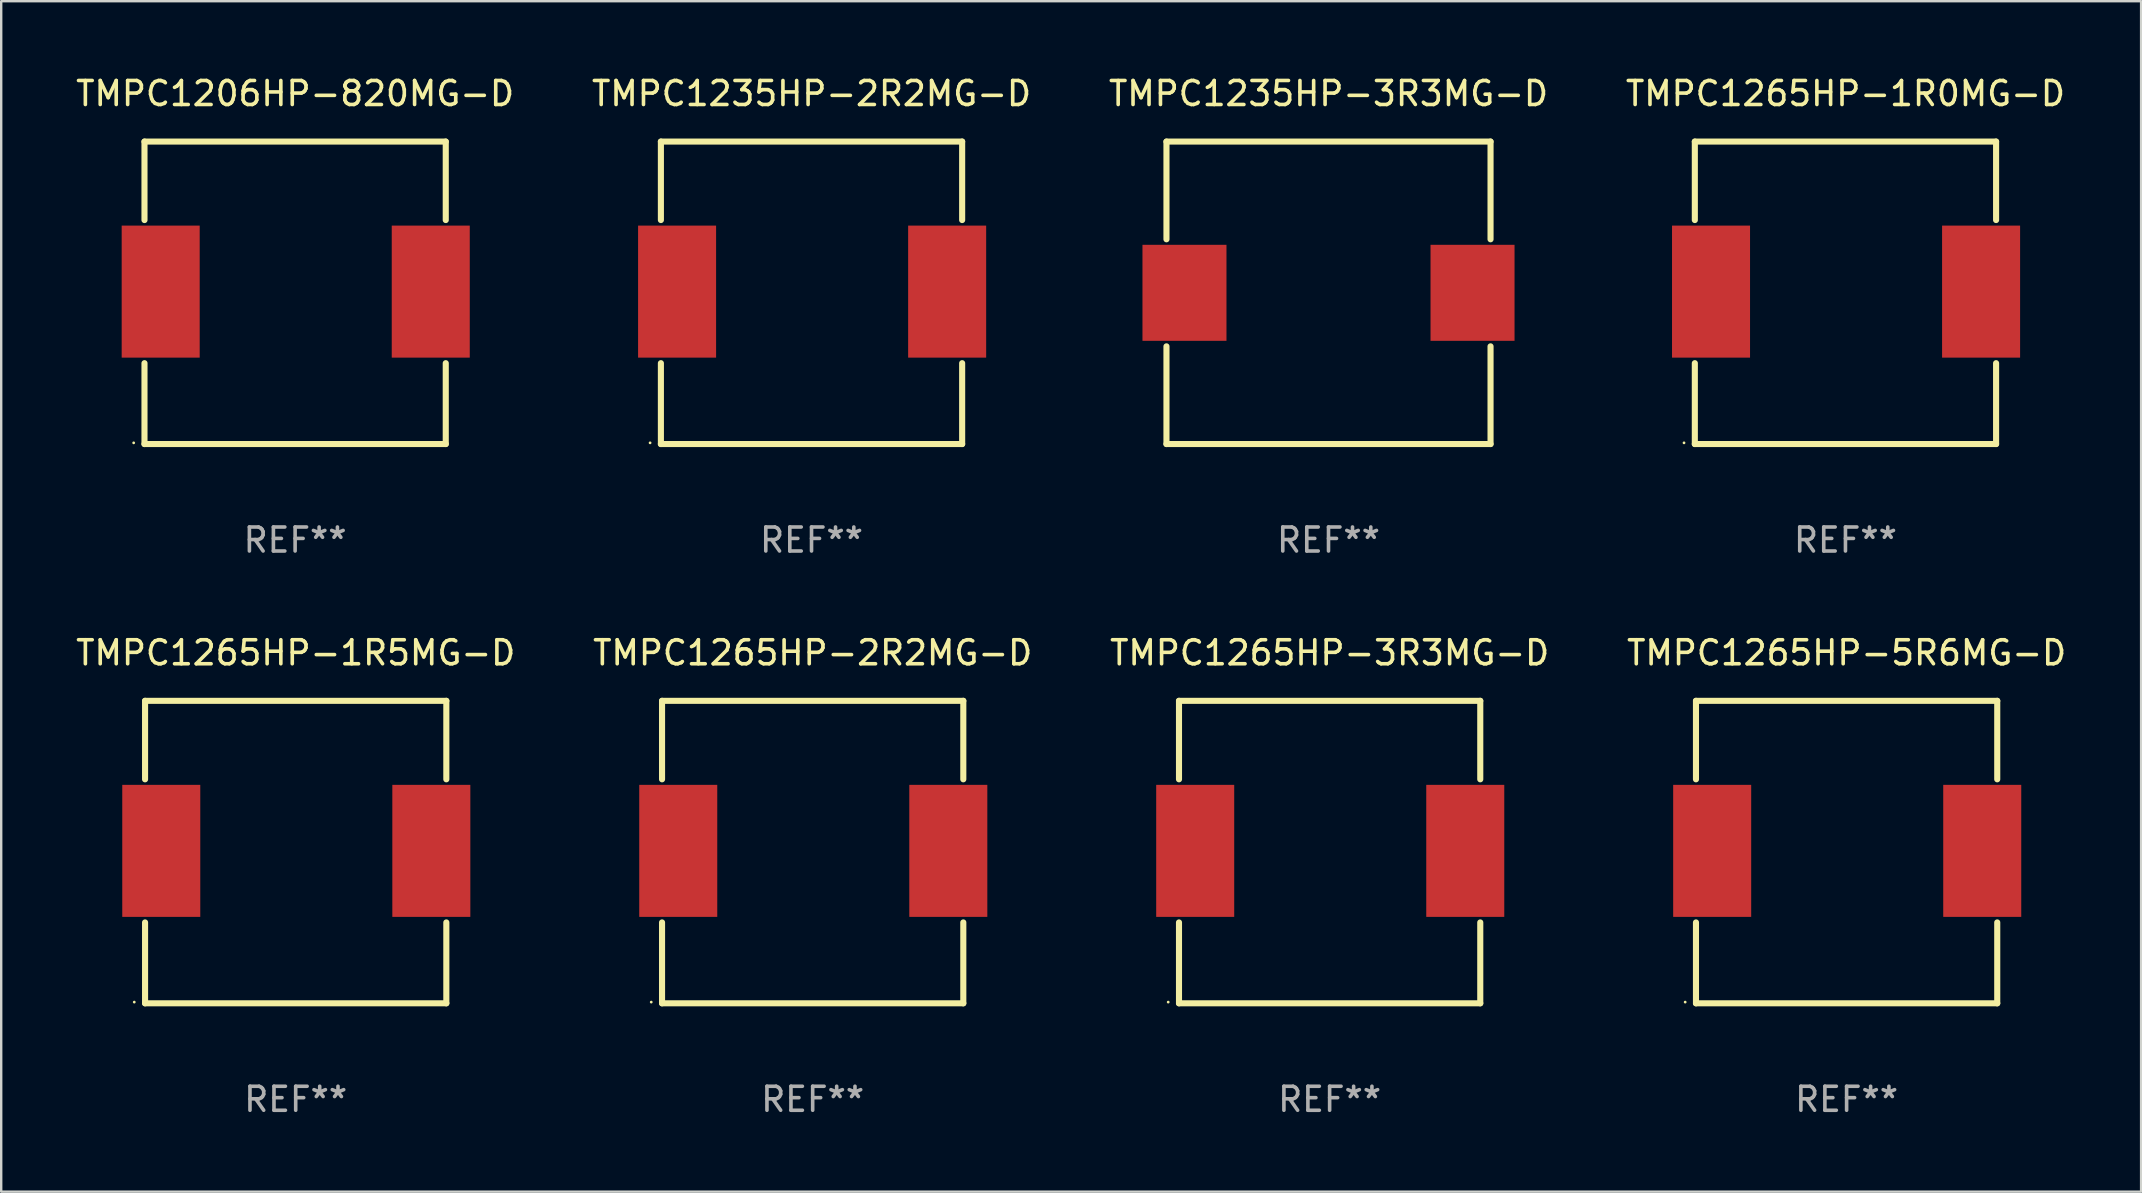
<source format=kicad_pcb>
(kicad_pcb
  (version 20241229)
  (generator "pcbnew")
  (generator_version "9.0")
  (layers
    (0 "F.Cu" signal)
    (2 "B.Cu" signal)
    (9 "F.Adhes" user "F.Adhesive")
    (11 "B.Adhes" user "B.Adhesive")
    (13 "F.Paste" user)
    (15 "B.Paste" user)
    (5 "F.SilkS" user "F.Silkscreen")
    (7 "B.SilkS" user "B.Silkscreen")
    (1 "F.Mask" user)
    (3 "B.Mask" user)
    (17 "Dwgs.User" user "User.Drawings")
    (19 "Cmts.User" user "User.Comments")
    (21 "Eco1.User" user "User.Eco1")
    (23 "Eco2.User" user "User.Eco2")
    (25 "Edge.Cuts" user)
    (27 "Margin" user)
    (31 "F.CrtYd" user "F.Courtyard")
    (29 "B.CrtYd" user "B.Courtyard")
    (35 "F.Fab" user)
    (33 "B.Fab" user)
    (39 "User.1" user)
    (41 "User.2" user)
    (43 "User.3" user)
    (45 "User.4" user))
  (footprint "TMPC1265HP-1R5MG-D"
    (layer "F.Cu")
    (at 9.268 32.445)
    (property "Reference" "TMPC1265HP-1R5MG-D" (at 0 -8.3 0) (layer "F.SilkS") (effects (font (size 1 1) (thickness 0.15))))
    (attr through_hole)
    (fp_line (start -6.275 -6.3) (end 6.275 -6.3) (stroke (width 0.254) (type solid)) (layer "F.SilkS"))
    (fp_line (start -6.275 -3.031) (end -6.275 -6.3) (stroke (width 0.254) (type solid)) (layer "F.SilkS"))
    (fp_line (start -6.275 6.3) (end -6.275 2.931) (stroke (width 0.254) (type solid)) (layer "F.SilkS"))
    (fp_line (start 6.275 -6.3) (end 6.275 -3.031) (stroke (width 0.254) (type solid)) (layer "F.SilkS"))
    (fp_line (start 6.275 2.931) (end 6.275 6.3) (stroke (width 0.254) (type solid)) (layer "F.SilkS"))
    (fp_line (start 6.275 6.3) (end -6.275 6.3) (stroke (width 0.254) (type solid)) (layer "F.SilkS"))
    (fp_circle (center -6.725 6.25) (end -6.695 6.25) (stroke (width 0.06) (type solid)) (fill no) (layer "F.SilkS"))
    (fp_text user "REF**" (at 0 10.3 0) (layer "F.Fab") (effects (font (size 1 1) (thickness 0.15))))
    (pad "1" smd rect (at -5.6 -0.05) (size 3.25 5.5) (layers "F.Cu" "F.Mask" "F.Paste"))
    (pad "2" smd rect (at 5.65 -0.05) (size 3.25 5.5) (layers "F.Cu" "F.Mask" "F.Paste")))
  (footprint "TMPC1265HP-5R6MG-D"
    (layer "F.Cu")
    (at 73.875 32.445)
    (property "Reference" "TMPC1265HP-5R6MG-D" (at 0 -8.3 0) (layer "F.SilkS") (effects (font (size 1 1) (thickness 0.15))))
    (attr through_hole)
    (fp_line (start -6.275 -6.3) (end 6.275 -6.3) (stroke (width 0.254) (type solid)) (layer "F.SilkS"))
    (fp_line (start -6.275 -3.031) (end -6.275 -6.3) (stroke (width 0.254) (type solid)) (layer "F.SilkS"))
    (fp_line (start -6.275 6.3) (end -6.275 2.931) (stroke (width 0.254) (type solid)) (layer "F.SilkS"))
    (fp_line (start 6.275 -6.3) (end 6.275 -3.031) (stroke (width 0.254) (type solid)) (layer "F.SilkS"))
    (fp_line (start 6.275 2.931) (end 6.275 6.3) (stroke (width 0.254) (type solid)) (layer "F.SilkS"))
    (fp_line (start 6.275 6.3) (end -6.275 6.3) (stroke (width 0.254) (type solid)) (layer "F.SilkS"))
    (fp_circle (center -6.725 6.25) (end -6.695 6.25) (stroke (width 0.06) (type solid)) (fill no) (layer "F.SilkS"))
    (fp_text user "REF**" (at 0 10.3 0) (layer "F.Fab") (effects (font (size 1 1) (thickness 0.15))))
    (pad "1" smd rect (at -5.6 -0.05) (size 3.25 5.5) (layers "F.Cu" "F.Mask" "F.Paste"))
    (pad "2" smd rect (at 5.65 -0.05) (size 3.25 5.5) (layers "F.Cu" "F.Mask" "F.Paste")))
  (footprint "TMPC1265HP-1R0MG-D"
    (layer "F.Cu")
    (at 73.827 9.148)
    (property "Reference" "TMPC1265HP-1R0MG-D" (at 0 -8.3 0) (layer "F.SilkS") (effects (font (size 1 1) (thickness 0.15))))
    (attr through_hole)
    (fp_line (start -6.275 -6.3) (end 6.275 -6.3) (stroke (width 0.254) (type solid)) (layer "F.SilkS"))
    (fp_line (start -6.275 -3.031) (end -6.275 -6.3) (stroke (width 0.254) (type solid)) (layer "F.SilkS"))
    (fp_line (start -6.275 6.3) (end -6.275 2.931) (stroke (width 0.254) (type solid)) (layer "F.SilkS"))
    (fp_line (start 6.275 -6.3) (end 6.275 -3.031) (stroke (width 0.254) (type solid)) (layer "F.SilkS"))
    (fp_line (start 6.275 2.931) (end 6.275 6.3) (stroke (width 0.254) (type solid)) (layer "F.SilkS"))
    (fp_line (start 6.275 6.3) (end -6.275 6.3) (stroke (width 0.254) (type solid)) (layer "F.SilkS"))
    (fp_circle (center -6.725 6.25) (end -6.695 6.25) (stroke (width 0.06) (type solid)) (fill no) (layer "F.SilkS"))
    (fp_text user "REF**" (at 0 10.3 0) (layer "F.Fab") (effects (font (size 1 1) (thickness 0.15))))
    (pad "1" smd rect (at -5.6 -0.05) (size 3.25 5.5) (layers "F.Cu" "F.Mask" "F.Paste"))
    (pad "2" smd rect (at 5.65 -0.05) (size 3.25 5.5) (layers "F.Cu" "F.Mask" "F.Paste")))
  (footprint "TMPC1206HP-820MG-D"
    (layer "F.Cu")
    (at 9.244 9.148)
    (property "Reference" "TMPC1206HP-820MG-D" (at 0 -8.3 0) (layer "F.SilkS") (effects (font (size 1 1) (thickness 0.15))))
    (attr through_hole)
    (fp_line (start -6.275 -6.3) (end 6.275 -6.3) (stroke (width 0.254) (type solid)) (layer "F.SilkS"))
    (fp_line (start -6.275 -3.031) (end -6.275 -6.3) (stroke (width 0.254) (type solid)) (layer "F.SilkS"))
    (fp_line (start -6.275 6.3) (end -6.275 2.931) (stroke (width 0.254) (type solid)) (layer "F.SilkS"))
    (fp_line (start 6.275 -6.3) (end 6.275 -3.031) (stroke (width 0.254) (type solid)) (layer "F.SilkS"))
    (fp_line (start 6.275 2.931) (end 6.275 6.3) (stroke (width 0.254) (type solid)) (layer "F.SilkS"))
    (fp_line (start 6.275 6.3) (end -6.275 6.3) (stroke (width 0.254) (type solid)) (layer "F.SilkS"))
    (fp_circle (center -6.725 6.25) (end -6.695 6.25) (stroke (width 0.06) (type solid)) (fill no) (layer "F.SilkS"))
    (fp_text user "REF**" (at 0 10.3 0) (layer "F.Fab") (effects (font (size 1 1) (thickness 0.15))))
    (pad "1" smd rect (at -5.6 -0.05) (size 3.25 5.5) (layers "F.Cu" "F.Mask" "F.Paste"))
    (pad "2" smd rect (at 5.65 -0.05) (size 3.25 5.5) (layers "F.Cu" "F.Mask" "F.Paste")))
  (footprint "TMPC1235HP-3R3MG-D"
    (layer "F.Cu")
    (at 52.292 9.148)
    (property "Reference" "TMPC1235HP-3R3MG-D" (at 0 -8.3 0) (layer "F.SilkS") (effects (font (size 1 1) (thickness 0.15))))
    (attr through_hole)
    (fp_line (start -6.75 -6.3) (end 6.75 -6.3) (stroke (width 0.254) (type solid)) (layer "F.SilkS"))
    (fp_line (start -6.75 -2.23) (end -6.75 -6.3) (stroke (width 0.254) (type solid)) (layer "F.SilkS"))
    (fp_line (start -6.75 6.3) (end -6.75 2.23) (stroke (width 0.254) (type solid)) (layer "F.SilkS"))
    (fp_line (start 6.75 -2.23) (end 6.75 -6.3) (stroke (width 0.254) (type solid)) (layer "F.SilkS"))
    (fp_line (start 6.75 6.3) (end -6.75 6.3) (stroke (width 0.254) (type solid)) (layer "F.SilkS"))
    (fp_line (start 6.75 6.3) (end 6.75 2.23) (stroke (width 0.254) (type solid)) (layer "F.SilkS"))
    (fp_circle (center -6.75 6.3) (end -6.72 6.3) (stroke (width 0.06) (type solid)) (fill no) (layer "F.SilkS"))
    (fp_text user "REF**" (at 0 10.3 0) (layer "F.Fab") (effects (font (size 1 1) (thickness 0.15))))
    (pad "1" smd rect (at -6 0 90) (size 4 3.5) (layers "F.Cu" "F.Mask" "F.Paste"))
    (pad "2" smd rect (at 6 0 90) (size 4 3.5) (layers "F.Cu" "F.Mask" "F.Paste")))
  (footprint "TMPC1265HP-2R2MG-D"
    (layer "F.Cu")
    (at 30.804 32.445)
    (property "Reference" "TMPC1265HP-2R2MG-D" (at 0 -8.3 0) (layer "F.SilkS") (effects (font (size 1 1) (thickness 0.15))))
    (attr through_hole)
    (fp_line (start -6.275 -6.3) (end 6.275 -6.3) (stroke (width 0.254) (type solid)) (layer "F.SilkS"))
    (fp_line (start -6.275 -3.031) (end -6.275 -6.3) (stroke (width 0.254) (type solid)) (layer "F.SilkS"))
    (fp_line (start -6.275 6.3) (end -6.275 2.931) (stroke (width 0.254) (type solid)) (layer "F.SilkS"))
    (fp_line (start 6.275 -6.3) (end 6.275 -3.031) (stroke (width 0.254) (type solid)) (layer "F.SilkS"))
    (fp_line (start 6.275 2.931) (end 6.275 6.3) (stroke (width 0.254) (type solid)) (layer "F.SilkS"))
    (fp_line (start 6.275 6.3) (end -6.275 6.3) (stroke (width 0.254) (type solid)) (layer "F.SilkS"))
    (fp_circle (center -6.725 6.25) (end -6.695 6.25) (stroke (width 0.06) (type solid)) (fill no) (layer "F.SilkS"))
    (fp_text user "REF**" (at 0 10.3 0) (layer "F.Fab") (effects (font (size 1 1) (thickness 0.15))))
    (pad "1" smd rect (at -5.6 -0.05) (size 3.25 5.5) (layers "F.Cu" "F.Mask" "F.Paste"))
    (pad "2" smd rect (at 5.65 -0.05) (size 3.25 5.5) (layers "F.Cu" "F.Mask" "F.Paste")))
  (footprint "TMPC1235HP-2R2MG-D"
    (layer "F.Cu")
    (at 30.756 9.148)
    (property "Reference" "TMPC1235HP-2R2MG-D" (at 0 -8.3 0) (layer "F.SilkS") (effects (font (size 1 1) (thickness 0.15))))
    (attr through_hole)
    (fp_line (start -6.275 -6.3) (end 6.275 -6.3) (stroke (width 0.254) (type solid)) (layer "F.SilkS"))
    (fp_line (start -6.275 -3.031) (end -6.275 -6.3) (stroke (width 0.254) (type solid)) (layer "F.SilkS"))
    (fp_line (start -6.275 6.3) (end -6.275 2.931) (stroke (width 0.254) (type solid)) (layer "F.SilkS"))
    (fp_line (start 6.275 -6.3) (end 6.275 -3.031) (stroke (width 0.254) (type solid)) (layer "F.SilkS"))
    (fp_line (start 6.275 2.931) (end 6.275 6.3) (stroke (width 0.254) (type solid)) (layer "F.SilkS"))
    (fp_line (start 6.275 6.3) (end -6.275 6.3) (stroke (width 0.254) (type solid)) (layer "F.SilkS"))
    (fp_circle (center -6.725 6.25) (end -6.695 6.25) (stroke (width 0.06) (type solid)) (fill no) (layer "F.SilkS"))
    (fp_text user "REF**" (at 0 10.3 0) (layer "F.Fab") (effects (font (size 1 1) (thickness 0.15))))
    (pad "1" smd rect (at -5.6 -0.05) (size 3.25 5.5) (layers "F.Cu" "F.Mask" "F.Paste"))
    (pad "2" smd rect (at 5.65 -0.05) (size 3.25 5.5) (layers "F.Cu" "F.Mask" "F.Paste")))
  (footprint "TMPC1265HP-3R3MG-D"
    (layer "F.Cu")
    (at 52.339 32.445)
    (property "Reference" "TMPC1265HP-3R3MG-D" (at 0 -8.3 0) (layer "F.SilkS") (effects (font (size 1 1) (thickness 0.15))))
    (attr through_hole)
    (fp_line (start -6.275 -6.3) (end 6.275 -6.3) (stroke (width 0.254) (type solid)) (layer "F.SilkS"))
    (fp_line (start -6.275 -3.031) (end -6.275 -6.3) (stroke (width 0.254) (type solid)) (layer "F.SilkS"))
    (fp_line (start -6.275 6.3) (end -6.275 2.931) (stroke (width 0.254) (type solid)) (layer "F.SilkS"))
    (fp_line (start 6.275 -6.3) (end 6.275 -3.031) (stroke (width 0.254) (type solid)) (layer "F.SilkS"))
    (fp_line (start 6.275 2.931) (end 6.275 6.3) (stroke (width 0.254) (type solid)) (layer "F.SilkS"))
    (fp_line (start 6.275 6.3) (end -6.275 6.3) (stroke (width 0.254) (type solid)) (layer "F.SilkS"))
    (fp_circle (center -6.725 6.25) (end -6.695 6.25) (stroke (width 0.06) (type solid)) (fill no) (layer "F.SilkS"))
    (fp_text user "REF**" (at 0 10.3 0) (layer "F.Fab") (effects (font (size 1 1) (thickness 0.15))))
    (pad "1" smd rect (at -5.6 -0.05) (size 3.25 5.5) (layers "F.Cu" "F.Mask" "F.Paste"))
    (pad "2" smd rect (at 5.65 -0.05) (size 3.25 5.5) (layers "F.Cu" "F.Mask" "F.Paste")))
  (gr_rect
    (start -3 -3)
    (end 86.143 46.593)
    (stroke (width 0.1) (type default))
    (fill no)
    (layer "Edge.Cuts")))
</source>
